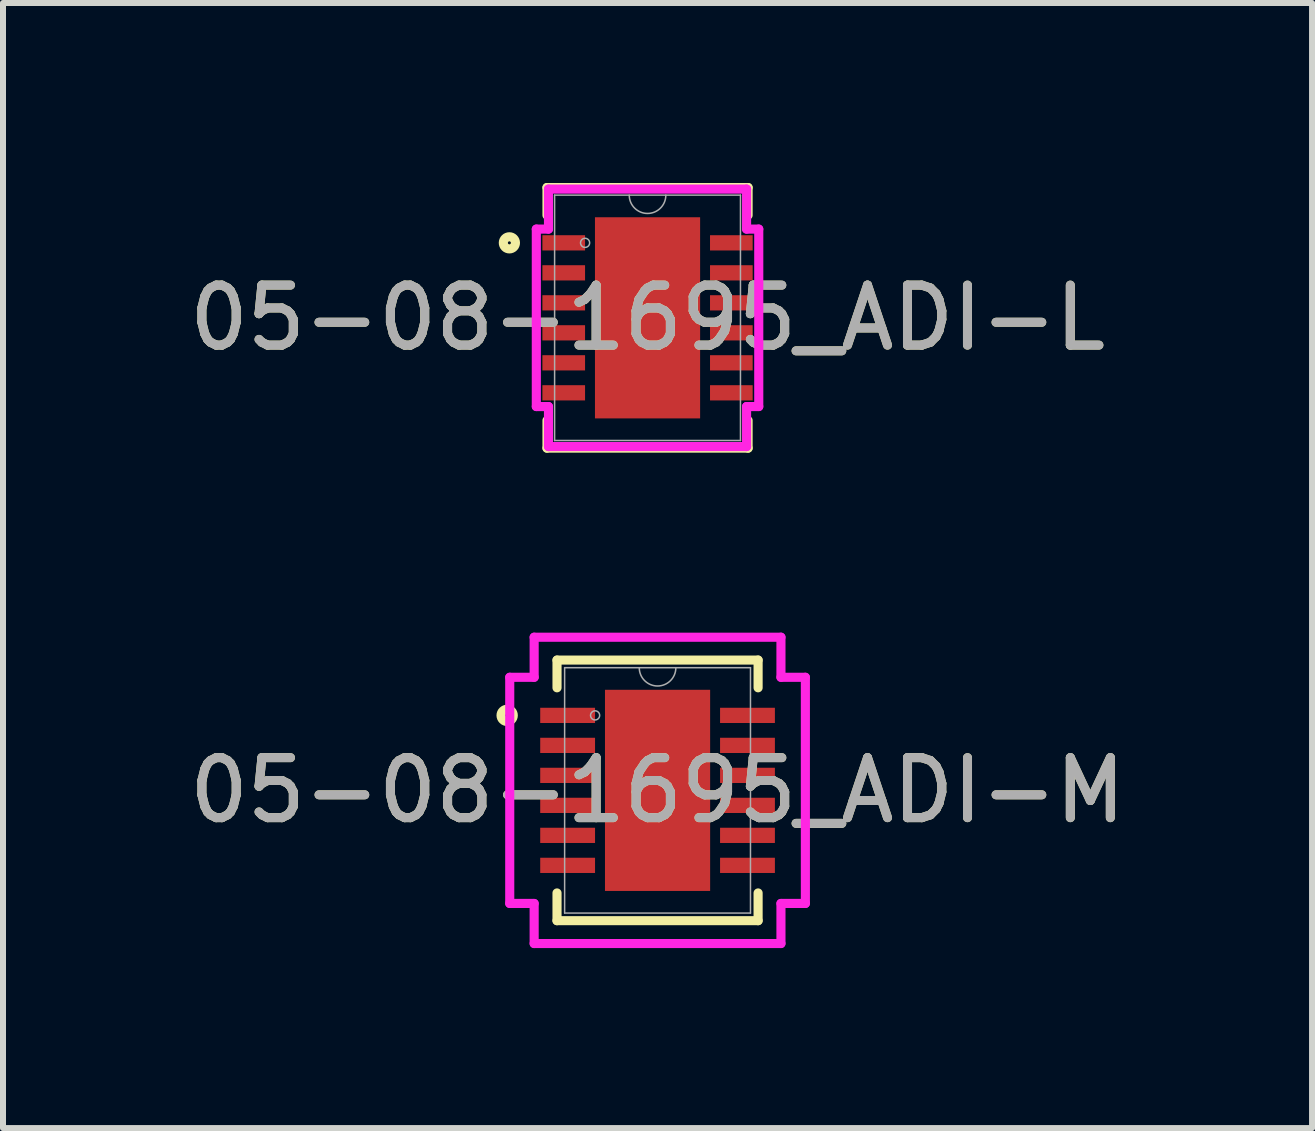
<source format=kicad_pcb>
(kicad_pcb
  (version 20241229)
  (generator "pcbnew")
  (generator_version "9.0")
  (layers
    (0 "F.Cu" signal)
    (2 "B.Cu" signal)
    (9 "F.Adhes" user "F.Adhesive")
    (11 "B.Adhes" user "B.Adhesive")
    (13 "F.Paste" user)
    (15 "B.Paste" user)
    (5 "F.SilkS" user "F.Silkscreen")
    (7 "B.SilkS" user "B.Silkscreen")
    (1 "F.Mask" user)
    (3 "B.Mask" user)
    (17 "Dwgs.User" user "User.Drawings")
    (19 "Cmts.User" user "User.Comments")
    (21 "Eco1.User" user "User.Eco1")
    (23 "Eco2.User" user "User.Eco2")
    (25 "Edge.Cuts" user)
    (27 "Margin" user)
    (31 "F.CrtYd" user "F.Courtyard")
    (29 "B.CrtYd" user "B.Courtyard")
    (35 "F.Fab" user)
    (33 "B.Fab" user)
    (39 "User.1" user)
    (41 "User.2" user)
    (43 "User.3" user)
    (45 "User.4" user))
  (footprint "05-08-1695_ADI-M"
    (layer "F.Cu")
    (at 7.911 10.125)
    (property "Reference" "05-08-1695_ADI-M" (at 0 0 0) (unlocked yes) (layer "F.SilkS") (effects (font (size 1 1) (thickness 0.15))))
    (attr smd)
    (fp_line (start -1.676 -2.172) (end -1.676 -1.71) (stroke (width 0.152) (type solid)) (layer "F.SilkS"))
    (fp_line (start -1.676 1.71) (end -1.676 2.172) (stroke (width 0.152) (type solid)) (layer "F.SilkS"))
    (fp_line (start -1.676 2.172) (end 1.676 2.172) (stroke (width 0.152) (type solid)) (layer "F.SilkS"))
    (fp_line (start 1.676 -2.172) (end -1.676 -2.172) (stroke (width 0.152) (type solid)) (layer "F.SilkS"))
    (fp_line (start 1.676 -1.71) (end 1.676 -2.172) (stroke (width 0.152) (type solid)) (layer "F.SilkS"))
    (fp_line (start 1.676 2.172) (end 1.676 1.71) (stroke (width 0.152) (type solid)) (layer "F.SilkS"))
    (fp_circle (center -2.507 -1.25) (end -2.405 -1.25) (stroke (width 0.152) (type solid)) (fill no) (layer "F.SilkS"))
    (fp_poly (pts (xy -0.776 -1.576) (xy -0.776 -0.1) (xy 0.776 -0.1) (xy 0.776 -1.576)) (stroke (width 0) (type solid)) (fill yes) (layer "F.Paste"))
    (fp_poly (pts (xy -0.776 0.1) (xy -0.776 1.576) (xy 0.776 1.576) (xy 0.776 0.1)) (stroke (width 0) (type solid)) (fill yes) (layer "F.Paste"))
    (fp_line (start -2.464 -1.885) (end -2.057 -1.885) (stroke (width 0.152) (type solid)) (layer "F.CrtYd"))
    (fp_line (start -2.464 1.885) (end -2.464 -1.885) (stroke (width 0.152) (type solid)) (layer "F.CrtYd"))
    (fp_line (start -2.464 1.885) (end -2.057 1.885) (stroke (width 0.152) (type solid)) (layer "F.CrtYd"))
    (fp_line (start -2.057 -2.553) (end 2.057 -2.553) (stroke (width 0.152) (type solid)) (layer "F.CrtYd"))
    (fp_line (start -2.057 -1.885) (end -2.057 -2.553) (stroke (width 0.152) (type solid)) (layer "F.CrtYd"))
    (fp_line (start -2.057 2.553) (end -2.057 1.885) (stroke (width 0.152) (type solid)) (layer "F.CrtYd"))
    (fp_line (start 2.057 -2.553) (end 2.057 -1.885) (stroke (width 0.152) (type solid)) (layer "F.CrtYd"))
    (fp_line (start 2.057 1.885) (end 2.057 2.553) (stroke (width 0.152) (type solid)) (layer "F.CrtYd"))
    (fp_line (start 2.057 2.553) (end -2.057 2.553) (stroke (width 0.152) (type solid)) (layer "F.CrtYd"))
    (fp_line (start 2.464 -1.885) (end 2.057 -1.885) (stroke (width 0.152) (type solid)) (layer "F.CrtYd"))
    (fp_line (start 2.464 -1.885) (end 2.464 1.885) (stroke (width 0.152) (type solid)) (layer "F.CrtYd"))
    (fp_line (start 2.464 1.885) (end 2.057 1.885) (stroke (width 0.152) (type solid)) (layer "F.CrtYd"))
    (fp_line (start -1.549 -2.045) (end -1.549 2.045) (stroke (width 0.025) (type solid)) (layer "F.Fab"))
    (fp_line (start -1.549 2.045) (end 1.549 2.045) (stroke (width 0.025) (type solid)) (layer "F.Fab"))
    (fp_line (start 1.549 -2.045) (end -1.549 -2.045) (stroke (width 0.025) (type solid)) (layer "F.Fab"))
    (fp_line (start 1.549 2.045) (end 1.549 -2.045) (stroke (width 0.025) (type solid)) (layer "F.Fab"))
    (fp_arc (start 0.3048 -2.0447) (mid 0 -1.7399) (end -0.3048 -2.0447) (stroke (width 0.0254) (type solid)) (layer "F.Fab"))
    (fp_circle (center -1.041 -1.25) (end -0.965 -1.25) (stroke (width 0.025) (type solid)) (fill no) (layer "F.Fab"))
    (fp_text user "${REFERENCE}" (at 0 0 0) (unlocked yes) (layer "F.Fab") (effects (font (size 1 1) (thickness 0.15))))
    (pad "1" smd rect (at -1.499 -1.25) (size 0.914 0.254) (layers "F.Cu" "F.Mask" "F.Paste"))
    (pad "2" smd rect (at -1.499 -0.75) (size 0.914 0.254) (layers "F.Cu" "F.Mask" "F.Paste"))
    (pad "3" smd rect (at -1.499 -0.25) (size 0.914 0.254) (layers "F.Cu" "F.Mask" "F.Paste"))
    (pad "4" smd rect (at -1.499 0.25) (size 0.914 0.254) (layers "F.Cu" "F.Mask" "F.Paste"))
    (pad "5" smd rect (at -1.499 0.75) (size 0.914 0.254) (layers "F.Cu" "F.Mask" "F.Paste"))
    (pad "6" smd rect (at -1.499 1.25) (size 0.914 0.254) (layers "F.Cu" "F.Mask" "F.Paste"))
    (pad "7" smd rect (at 1.499 1.25) (size 0.914 0.254) (layers "F.Cu" "F.Mask" "F.Paste"))
    (pad "8" smd rect (at 1.499 0.75) (size 0.914 0.254) (layers "F.Cu" "F.Mask" "F.Paste"))
    (pad "9" smd rect (at 1.499 0.25) (size 0.914 0.254) (layers "F.Cu" "F.Mask" "F.Paste"))
    (pad "10" smd rect (at 1.499 -0.25) (size 0.914 0.254) (layers "F.Cu" "F.Mask" "F.Paste"))
    (pad "11" smd rect (at 1.499 -0.75) (size 0.914 0.254) (layers "F.Cu" "F.Mask" "F.Paste"))
    (pad "12" smd rect (at 1.499 -1.25) (size 0.914 0.254) (layers "F.Cu" "F.Mask" "F.Paste"))
    (pad "13" smd rect (at 0 0) (size 1.753 3.353) (layers "F.Cu" "F.Mask" "F.Paste")))
  (footprint "05-08-1695_ADI-L"
    (layer "F.Cu")
    (at 7.744 2.248)
    (property "Reference" "05-08-1695_ADI-L" (at 0 0 0) (unlocked yes) (layer "F.SilkS") (effects (font (size 1 1) (thickness 0.15))))
    (attr smd)
    (fp_line (start -1.676 -2.172) (end -1.676 -1.71) (stroke (width 0.152) (type solid)) (layer "F.SilkS"))
    (fp_line (start -1.676 1.71) (end -1.676 2.172) (stroke (width 0.152) (type solid)) (layer "F.SilkS"))
    (fp_line (start -1.676 2.172) (end 1.676 2.172) (stroke (width 0.152) (type solid)) (layer "F.SilkS"))
    (fp_line (start 1.676 -2.172) (end -1.676 -2.172) (stroke (width 0.152) (type solid)) (layer "F.SilkS"))
    (fp_line (start 1.676 -1.71) (end 1.676 -2.172) (stroke (width 0.152) (type solid)) (layer "F.SilkS"))
    (fp_line (start 1.676 2.172) (end 1.676 1.71) (stroke (width 0.152) (type solid)) (layer "F.SilkS"))
    (fp_circle (center -2.303 -1.25) (end -2.202 -1.25) (stroke (width 0.152) (type solid)) (fill no) (layer "F.SilkS"))
    (fp_poly (pts (xy -0.776 -1.576) (xy -0.776 -0.1) (xy 0.776 -0.1) (xy 0.776 -1.576)) (stroke (width 0) (type solid)) (fill yes) (layer "F.Paste"))
    (fp_poly (pts (xy -0.776 0.1) (xy -0.776 1.576) (xy 0.776 1.576) (xy 0.776 0.1)) (stroke (width 0) (type solid)) (fill yes) (layer "F.Paste"))
    (fp_line (start -1.854 -1.479) (end -1.651 -1.479) (stroke (width 0.152) (type solid)) (layer "F.CrtYd"))
    (fp_line (start -1.854 1.479) (end -1.854 -1.479) (stroke (width 0.152) (type solid)) (layer "F.CrtYd"))
    (fp_line (start -1.854 1.479) (end -1.651 1.479) (stroke (width 0.152) (type solid)) (layer "F.CrtYd"))
    (fp_line (start -1.651 -2.146) (end 1.651 -2.146) (stroke (width 0.152) (type solid)) (layer "F.CrtYd"))
    (fp_line (start -1.651 -1.479) (end -1.651 -2.146) (stroke (width 0.152) (type solid)) (layer "F.CrtYd"))
    (fp_line (start -1.651 2.146) (end -1.651 1.479) (stroke (width 0.152) (type solid)) (layer "F.CrtYd"))
    (fp_line (start 1.651 -2.146) (end 1.651 -1.479) (stroke (width 0.152) (type solid)) (layer "F.CrtYd"))
    (fp_line (start 1.651 1.479) (end 1.651 2.146) (stroke (width 0.152) (type solid)) (layer "F.CrtYd"))
    (fp_line (start 1.651 2.146) (end -1.651 2.146) (stroke (width 0.152) (type solid)) (layer "F.CrtYd"))
    (fp_line (start 1.854 -1.479) (end 1.651 -1.479) (stroke (width 0.152) (type solid)) (layer "F.CrtYd"))
    (fp_line (start 1.854 -1.479) (end 1.854 1.479) (stroke (width 0.152) (type solid)) (layer "F.CrtYd"))
    (fp_line (start 1.854 1.479) (end 1.651 1.479) (stroke (width 0.152) (type solid)) (layer "F.CrtYd"))
    (fp_line (start -1.549 -2.045) (end -1.549 2.045) (stroke (width 0.025) (type solid)) (layer "F.Fab"))
    (fp_line (start -1.549 2.045) (end 1.549 2.045) (stroke (width 0.025) (type solid)) (layer "F.Fab"))
    (fp_line (start 1.549 -2.045) (end -1.549 -2.045) (stroke (width 0.025) (type solid)) (layer "F.Fab"))
    (fp_line (start 1.549 2.045) (end 1.549 -2.045) (stroke (width 0.025) (type solid)) (layer "F.Fab"))
    (fp_arc (start 0.3048 -2.0447) (mid 0 -1.7399) (end -0.3048 -2.0447) (stroke (width 0.0254) (type solid)) (layer "F.Fab"))
    (fp_circle (center -1.041 -1.25) (end -0.965 -1.25) (stroke (width 0.025) (type solid)) (fill no) (layer "F.Fab"))
    (fp_text user "${REFERENCE}" (at 0 0 0) (unlocked yes) (layer "F.Fab") (effects (font (size 1 1) (thickness 0.15))))
    (pad "1" smd rect (at -1.397 -1.25) (size 0.711 0.254) (layers "F.Cu" "F.Mask" "F.Paste"))
    (pad "2" smd rect (at -1.397 -0.75) (size 0.711 0.254) (layers "F.Cu" "F.Mask" "F.Paste"))
    (pad "3" smd rect (at -1.397 -0.25) (size 0.711 0.254) (layers "F.Cu" "F.Mask" "F.Paste"))
    (pad "4" smd rect (at -1.397 0.25) (size 0.711 0.254) (layers "F.Cu" "F.Mask" "F.Paste"))
    (pad "5" smd rect (at -1.397 0.75) (size 0.711 0.254) (layers "F.Cu" "F.Mask" "F.Paste"))
    (pad "6" smd rect (at -1.397 1.25) (size 0.711 0.254) (layers "F.Cu" "F.Mask" "F.Paste"))
    (pad "7" smd rect (at 1.397 1.25) (size 0.711 0.254) (layers "F.Cu" "F.Mask" "F.Paste"))
    (pad "8" smd rect (at 1.397 0.75) (size 0.711 0.254) (layers "F.Cu" "F.Mask" "F.Paste"))
    (pad "9" smd rect (at 1.397 0.25) (size 0.711 0.254) (layers "F.Cu" "F.Mask" "F.Paste"))
    (pad "10" smd rect (at 1.397 -0.25) (size 0.711 0.254) (layers "F.Cu" "F.Mask" "F.Paste"))
    (pad "11" smd rect (at 1.397 -0.75) (size 0.711 0.254) (layers "F.Cu" "F.Mask" "F.Paste"))
    (pad "12" smd rect (at 1.397 -1.25) (size 0.711 0.254) (layers "F.Cu" "F.Mask" "F.Paste"))
    (pad "13" smd rect (at 0 0) (size 1.753 3.353) (layers "F.Cu" "F.Mask" "F.Paste")))
  (gr_rect
    (start -3 -3)
    (end 18.821 15.754)
    (stroke (width 0.1) (type default))
    (fill no)
    (layer "Edge.Cuts")))
</source>
